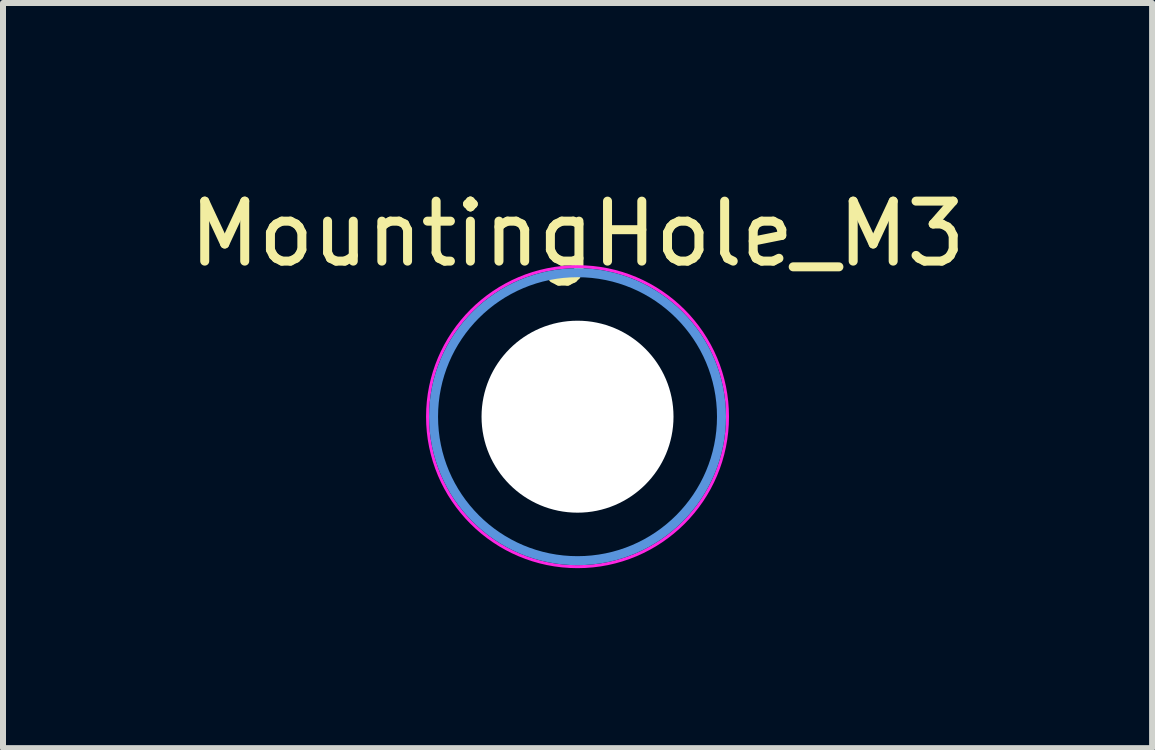
<source format=kicad_pcb>
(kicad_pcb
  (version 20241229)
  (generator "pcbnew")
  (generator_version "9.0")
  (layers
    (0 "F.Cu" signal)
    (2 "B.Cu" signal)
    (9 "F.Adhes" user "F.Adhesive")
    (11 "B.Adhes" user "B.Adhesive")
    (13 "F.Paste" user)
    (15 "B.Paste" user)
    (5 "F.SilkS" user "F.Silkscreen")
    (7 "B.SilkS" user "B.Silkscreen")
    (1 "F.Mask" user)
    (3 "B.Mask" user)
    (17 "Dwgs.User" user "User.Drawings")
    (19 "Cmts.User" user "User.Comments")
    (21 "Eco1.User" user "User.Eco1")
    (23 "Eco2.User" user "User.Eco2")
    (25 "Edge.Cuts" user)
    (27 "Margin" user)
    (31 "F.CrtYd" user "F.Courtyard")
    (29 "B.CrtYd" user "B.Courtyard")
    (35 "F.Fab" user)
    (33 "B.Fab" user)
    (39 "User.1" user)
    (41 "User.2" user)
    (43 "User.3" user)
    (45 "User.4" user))
  (footprint "MountingHole_M3"
    (layer "F.Cu")
    (at 6.577 3.896)
    (property "Reference" "MountingHole_M3" (at 0 -3.048 0) (layer "F.SilkS") (effects (font (size 1 1) (thickness 0.15))))
    (attr through_hole)
    (fp_circle (center 0 0) (end 2.4 0) (stroke (width 0.15) (type solid)) (fill no) (layer "Cmts.User"))
    (fp_circle (center 0 0) (end 2.5 0) (stroke (width 0.05) (type solid)) (fill no) (layer "F.CrtYd"))
    (pad "" np_thru_hole circle (at 0 0) (size 3.2 3.2) (drill 3.2) (layers "*.Cu" "*.Mask")))
  (gr_rect
    (start -3 -3)
    (end 16.155 9.421)
    (stroke (width 0.1) (type default))
    (fill no)
    (layer "Edge.Cuts")))
</source>
